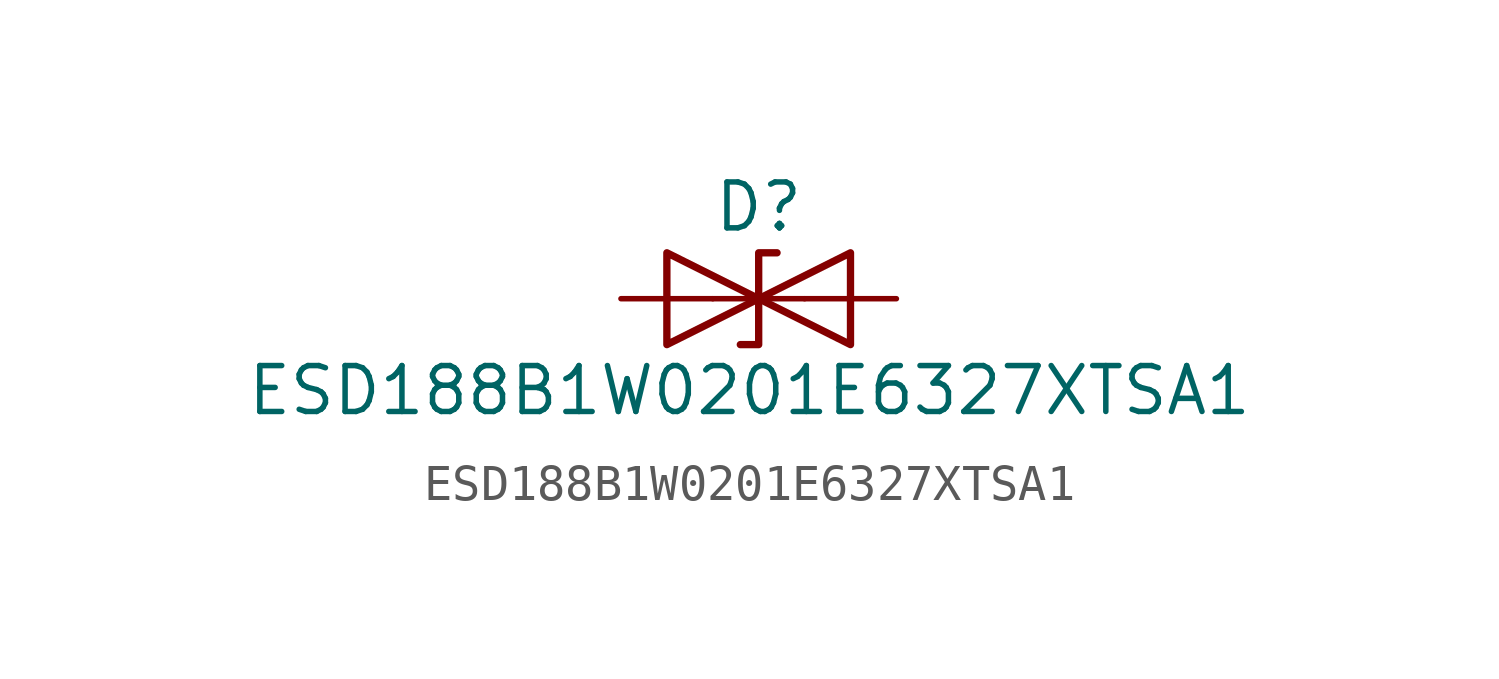
<source format=kicad_sym>
(kicad_symbol_lib
  (version 20241209)
  (generator "kicad_symbol_editor")
  (generator_version "9.0")
  (symbol "ESD188B1W0201E6327XTSA1"
    (pin_numbers
      (hide yes))
    (pin_names
      (hide yes))
    (property "Reference" "D"
      (at 0 2.54 0)
      (effects (font (size 1.27 1.27))))
    (property "Value" "ESD188B1W0201E6327XTSA1"
      (at -0.254 -2.54 0)
      (effects (font (size 1.27 1.27))))
    (symbol "ESD188B1W0201E6327XTSA1_0_1"
      (polyline (pts (xy -2.54 -1.27) (xy 0 0) (xy -2.54 1.27) (xy -2.54 -1.27)) (stroke (width 0.203) (type default)) (fill (type none)))
      (polyline (pts (xy 0.508 1.27) (xy 0 1.27) (xy 0 -1.27) (xy -0.508 -1.27)) (stroke (width 0.203) (type default)) (fill (type none)))
      (polyline (pts (xy 1.27 0) (xy -1.27 0)) (stroke (width 0) (type default)) (fill (type none)))
      (polyline (pts (xy 2.54 1.27) (xy 2.54 -1.27) (xy 0 0) (xy 2.54 1.27)) (stroke (width 0.203) (type default)) (fill (type none))))
    (symbol "ESD188B1W0201E6327XTSA1_1_1"
      (pin passive line (at -3.81 0 0) (length 2.54) (name "A1" (effects (font (size 1.27 1.27)))) (number "1" (effects (font (size 1.27 1.27)))))
      (pin passive line (at 3.81 0 180) (length 2.54) (name "A2" (effects (font (size 1.27 1.27)))) (number "2" (effects (font (size 1.27 1.27))))))))
</source>
